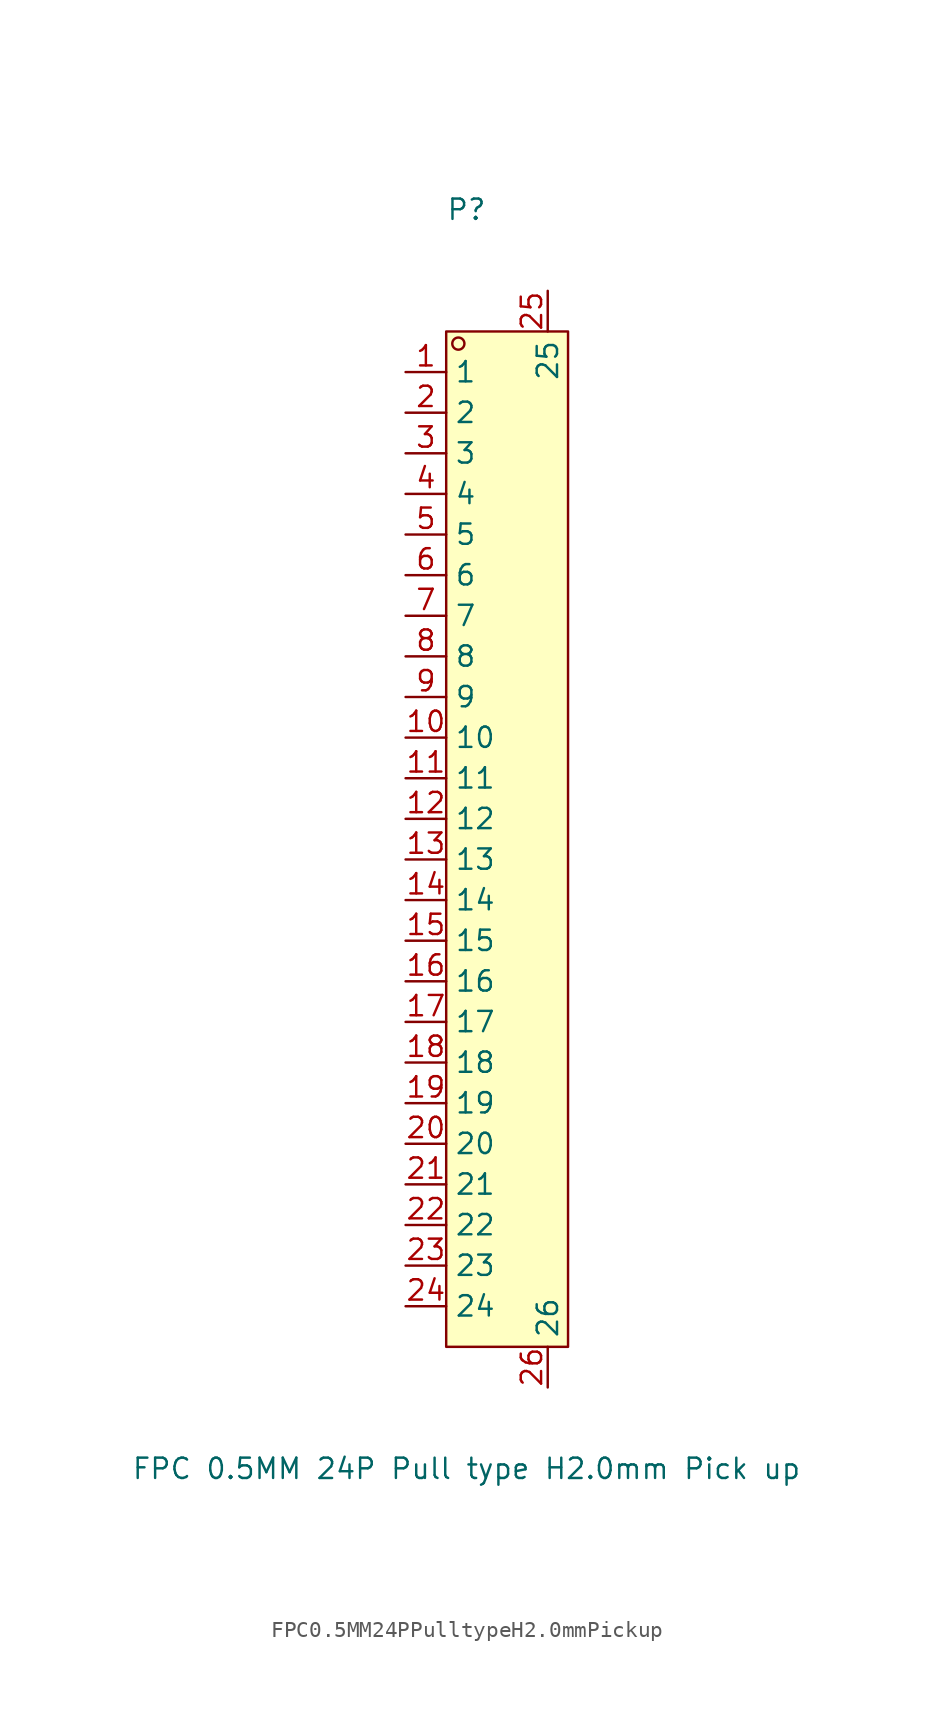
<source format=kicad_sym>
(kicad_symbol_lib
  (version 20211014)
  (generator https://github.com/uPesy/easyeda2kicad.py)
  (symbol "FPC0.5MM24PPulltypeH2.0mmPickup"
    (property "Reference" "P"
      (at 0 39.37 0)
      (effects (font (size 1.27 1.27))))
    (property "Value" "FPC 0.5MM 24P Pull type H2.0mm Pick up"
      (at 0 -39.37 0)
      (effects (font (size 1.27 1.27))))
    (symbol "FPC0.5MM24PPulltypeH2.0mmPickup_0_1"
      (rectangle (start -1.27 31.75) (end 6.35 -31.75) (stroke (width 0) (type default) (color 0 0 0 0)) (fill (type background)))
      (circle (center -0.51 30.99) (radius 0.38) (stroke (width 0) (type default) (color 0 0 0 0)) (fill (type none)))
      (pin unspecified line (at -3.81 29.21 0) (length 2.54) (name "1" (effects (font (size 1.27 1.27)))) (number "1" (effects (font (size 1.27 1.27)))))
      (pin unspecified line (at -3.81 26.67 0) (length 2.54) (name "2" (effects (font (size 1.27 1.27)))) (number "2" (effects (font (size 1.27 1.27)))))
      (pin unspecified line (at -3.81 24.13 0) (length 2.54) (name "3" (effects (font (size 1.27 1.27)))) (number "3" (effects (font (size 1.27 1.27)))))
      (pin unspecified line (at -3.81 21.59 0) (length 2.54) (name "4" (effects (font (size 1.27 1.27)))) (number "4" (effects (font (size 1.27 1.27)))))
      (pin unspecified line (at -3.81 19.05 0) (length 2.54) (name "5" (effects (font (size 1.27 1.27)))) (number "5" (effects (font (size 1.27 1.27)))))
      (pin unspecified line (at -3.81 16.51 0) (length 2.54) (name "6" (effects (font (size 1.27 1.27)))) (number "6" (effects (font (size 1.27 1.27)))))
      (pin unspecified line (at -3.81 13.97 0) (length 2.54) (name "7" (effects (font (size 1.27 1.27)))) (number "7" (effects (font (size 1.27 1.27)))))
      (pin unspecified line (at -3.81 11.43 0) (length 2.54) (name "8" (effects (font (size 1.27 1.27)))) (number "8" (effects (font (size 1.27 1.27)))))
      (pin unspecified line (at -3.81 8.89 0) (length 2.54) (name "9" (effects (font (size 1.27 1.27)))) (number "9" (effects (font (size 1.27 1.27)))))
      (pin unspecified line (at -3.81 6.35 0) (length 2.54) (name "10" (effects (font (size 1.27 1.27)))) (number "10" (effects (font (size 1.27 1.27)))))
      (pin unspecified line (at -3.81 3.81 0) (length 2.54) (name "11" (effects (font (size 1.27 1.27)))) (number "11" (effects (font (size 1.27 1.27)))))
      (pin unspecified line (at -3.81 1.27 0) (length 2.54) (name "12" (effects (font (size 1.27 1.27)))) (number "12" (effects (font (size 1.27 1.27)))))
      (pin unspecified line (at -3.81 -1.27 0) (length 2.54) (name "13" (effects (font (size 1.27 1.27)))) (number "13" (effects (font (size 1.27 1.27)))))
      (pin unspecified line (at -3.81 -3.81 0) (length 2.54) (name "14" (effects (font (size 1.27 1.27)))) (number "14" (effects (font (size 1.27 1.27)))))
      (pin unspecified line (at -3.81 -6.35 0) (length 2.54) (name "15" (effects (font (size 1.27 1.27)))) (number "15" (effects (font (size 1.27 1.27)))))
      (pin unspecified line (at -3.81 -8.89 0) (length 2.54) (name "16" (effects (font (size 1.27 1.27)))) (number "16" (effects (font (size 1.27 1.27)))))
      (pin unspecified line (at -3.81 -11.43 0) (length 2.54) (name "17" (effects (font (size 1.27 1.27)))) (number "17" (effects (font (size 1.27 1.27)))))
      (pin unspecified line (at -3.81 -13.97 0) (length 2.54) (name "18" (effects (font (size 1.27 1.27)))) (number "18" (effects (font (size 1.27 1.27)))))
      (pin unspecified line (at -3.81 -16.51 0) (length 2.54) (name "19" (effects (font (size 1.27 1.27)))) (number "19" (effects (font (size 1.27 1.27)))))
      (pin unspecified line (at -3.81 -19.05 0) (length 2.54) (name "20" (effects (font (size 1.27 1.27)))) (number "20" (effects (font (size 1.27 1.27)))))
      (pin unspecified line (at -3.81 -21.59 0) (length 2.54) (name "21" (effects (font (size 1.27 1.27)))) (number "21" (effects (font (size 1.27 1.27)))))
      (pin unspecified line (at -3.81 -24.13 0) (length 2.54) (name "22" (effects (font (size 1.27 1.27)))) (number "22" (effects (font (size 1.27 1.27)))))
      (pin unspecified line (at -3.81 -26.67 0) (length 2.54) (name "23" (effects (font (size 1.27 1.27)))) (number "23" (effects (font (size 1.27 1.27)))))
      (pin unspecified line (at -3.81 -29.21 0) (length 2.54) (name "24" (effects (font (size 1.27 1.27)))) (number "24" (effects (font (size 1.27 1.27)))))
      (pin unspecified line (at 5.08 34.29 270) (length 2.54) (name "25" (effects (font (size 1.27 1.27)))) (number "25" (effects (font (size 1.27 1.27)))))
      (pin unspecified line (at 5.08 -34.29 90) (length 2.54) (name "26" (effects (font (size 1.27 1.27)))) (number "26" (effects (font (size 1.27 1.27))))))))
</source>
